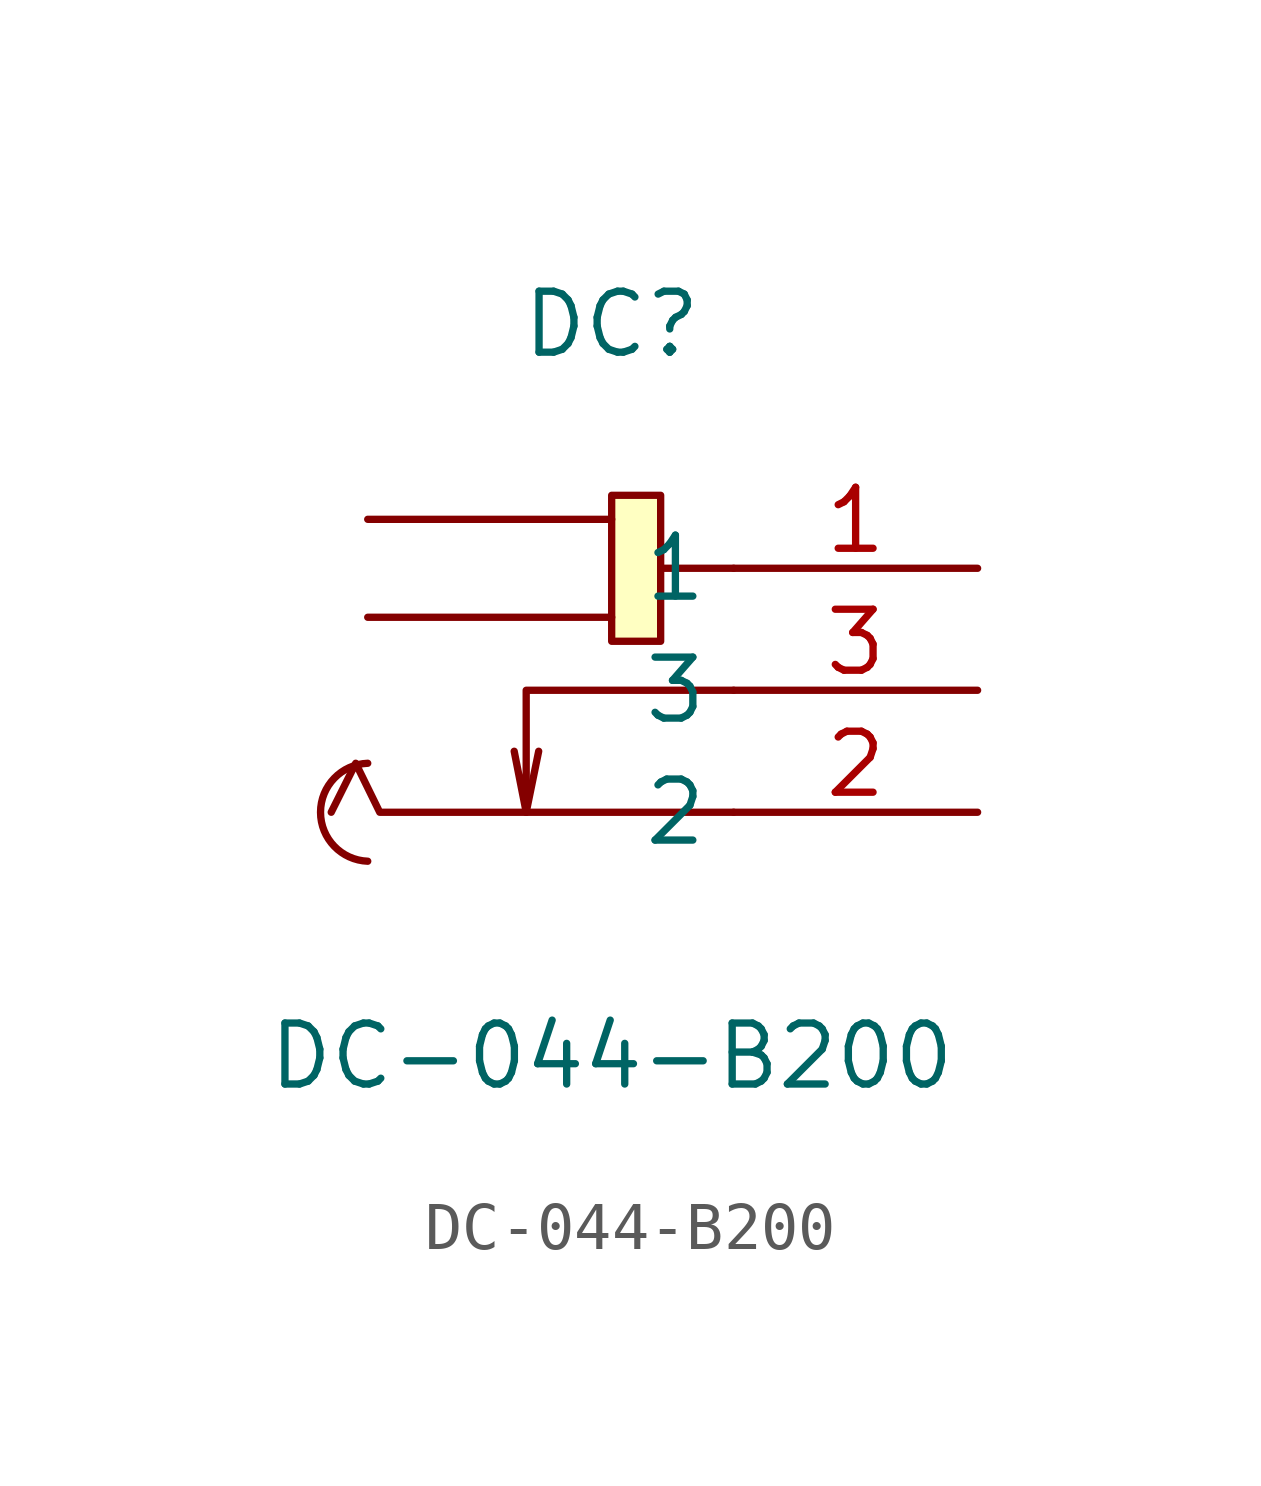
<source format=kicad_sym>
(kicad_symbol_lib
  (version 20211014)
  (generator https://github.com/uPesy/easyeda2kicad.py)
  (symbol "DC-044-B200"
    (property "Reference" "DC"
      (at 0 7.62 0)
      (effects (font (size 1.27 1.27))))
    (property "Value" "DC-044-B200"
      (at 0 -7.62 0)
      (effects (font (size 1.27 1.27))))
    (symbol "DC-044-B200_0_1"
      (rectangle (start 0.00 4.06) (end 1.02 1.02) (stroke (width 0) (type default) (color 0 0 0 0)) (fill (type background)))
      (arc (start -5.08 -1.52) (mid -4.87 -1.55) (end -5.08 -3.56) (stroke (width 0) (type default) (color 0 0 0 0)) (fill (type none)))
      (polyline (pts (xy -1.78 -2.54) (xy -1.52 -1.27)) (stroke (width 0) (type default) (color 0 0 0 0)) (fill (type none)))
      (polyline (pts (xy 2.54 -0.00) (xy -1.78 -0.00) (xy -1.78 -2.54) (xy -2.03 -1.27)) (stroke (width 0) (type default) (color 0 0 0 0)) (fill (type none)))
      (polyline (pts (xy 2.54 -2.54) (xy -4.83 -2.54) (xy -5.33 -1.52) (xy -5.84 -2.54)) (stroke (width 0) (type default) (color 0 0 0 0)) (fill (type none)))
      (polyline (pts (xy 0.00 1.52) (xy -5.08 1.52)) (stroke (width 0) (type default) (color 0 0 0 0)) (fill (type none)))
      (polyline (pts (xy 0.00 3.56) (xy -5.08 3.56)) (stroke (width 0) (type default) (color 0 0 0 0)) (fill (type none)))
      (polyline (pts (xy 2.54 2.54) (xy 1.02 2.54)) (stroke (width 0) (type default) (color 0 0 0 0)) (fill (type none)))
      (pin unspecified line (at 7.62 -0.00 180) (length 5.08) (name "3" (effects (font (size 1.27 1.27)))) (number "3" (effects (font (size 1.27 1.27)))))
      (pin unspecified line (at 7.62 -2.54 180) (length 5.08) (name "2" (effects (font (size 1.27 1.27)))) (number "2" (effects (font (size 1.27 1.27)))))
      (pin unspecified line (at 7.62 2.54 180) (length 5.08) (name "1" (effects (font (size 1.27 1.27)))) (number "1" (effects (font (size 1.27 1.27))))))))
</source>
